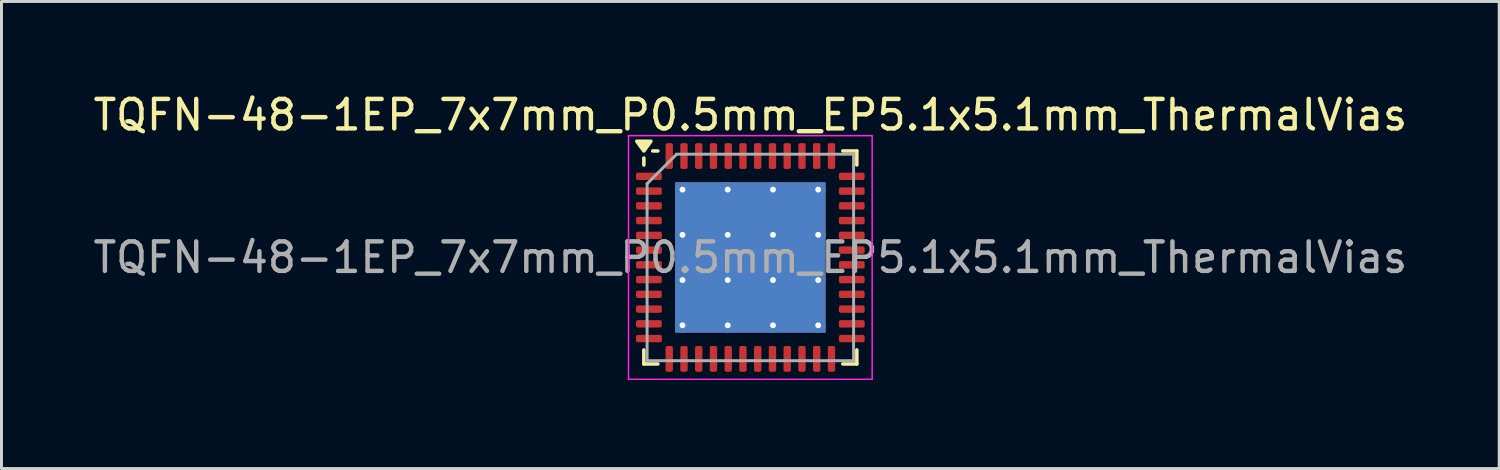
<source format=kicad_pcb>
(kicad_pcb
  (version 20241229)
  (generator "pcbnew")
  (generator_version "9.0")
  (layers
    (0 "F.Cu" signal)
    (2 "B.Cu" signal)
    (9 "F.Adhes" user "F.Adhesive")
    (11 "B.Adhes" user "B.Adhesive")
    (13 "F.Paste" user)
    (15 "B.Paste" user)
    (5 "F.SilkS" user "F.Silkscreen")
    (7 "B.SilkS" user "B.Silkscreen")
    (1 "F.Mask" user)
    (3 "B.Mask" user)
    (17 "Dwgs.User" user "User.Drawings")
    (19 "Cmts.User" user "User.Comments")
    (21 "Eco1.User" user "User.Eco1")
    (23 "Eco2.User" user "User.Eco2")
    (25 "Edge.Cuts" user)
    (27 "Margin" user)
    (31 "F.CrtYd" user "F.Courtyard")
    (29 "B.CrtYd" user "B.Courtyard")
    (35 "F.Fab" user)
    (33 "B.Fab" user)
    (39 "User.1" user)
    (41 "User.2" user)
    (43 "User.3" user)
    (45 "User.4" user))
  (footprint "TQFN-48-1EP_7x7mm_P0.5mm_EP5.1x5.1mm_ThermalVias"
    (layer "F.Cu")
    (at 22.387 5.678)
    (property "Reference" "TQFN-48-1EP_7x7mm_P0.5mm_EP5.1x5.1mm_ThermalVias" (at 0 -4.83 0) (layer "F.SilkS") (effects (font (size 1 1) (thickness 0.15))))
    (attr smd)
    (fp_line (start -3.61 -3.135) (end -3.61 -3.37) (stroke (width 0.12) (type solid)) (layer "F.SilkS"))
    (fp_line (start -3.61 3.61) (end -3.61 3.135) (stroke (width 0.12) (type solid)) (layer "F.SilkS"))
    (fp_line (start -3.135 -3.61) (end -3.31 -3.61) (stroke (width 0.12) (type solid)) (layer "F.SilkS"))
    (fp_line (start -3.135 3.61) (end -3.61 3.61) (stroke (width 0.12) (type solid)) (layer "F.SilkS"))
    (fp_line (start 3.135 -3.61) (end 3.61 -3.61) (stroke (width 0.12) (type solid)) (layer "F.SilkS"))
    (fp_line (start 3.135 3.61) (end 3.61 3.61) (stroke (width 0.12) (type solid)) (layer "F.SilkS"))
    (fp_line (start 3.61 -3.61) (end 3.61 -3.135) (stroke (width 0.12) (type solid)) (layer "F.SilkS"))
    (fp_line (start 3.61 3.61) (end 3.61 3.135) (stroke (width 0.12) (type solid)) (layer "F.SilkS"))
    (fp_poly (pts (xy -3.61 -3.61) (xy -3.85 -3.94) (xy -3.37 -3.94) (xy -3.61 -3.61)) (stroke (width 0.12) (type solid)) (fill yes) (layer "F.SilkS"))
    (fp_line (start -4.13 -4.13) (end -4.13 4.13) (stroke (width 0.05) (type solid)) (layer "F.CrtYd"))
    (fp_line (start -4.13 4.13) (end 4.13 4.13) (stroke (width 0.05) (type solid)) (layer "F.CrtYd"))
    (fp_line (start 4.13 -4.13) (end -4.13 -4.13) (stroke (width 0.05) (type solid)) (layer "F.CrtYd"))
    (fp_line (start 4.13 4.13) (end 4.13 -4.13) (stroke (width 0.05) (type solid)) (layer "F.CrtYd"))
    (fp_line (start -3.5 -2.5) (end -2.5 -3.5) (stroke (width 0.1) (type solid)) (layer "F.Fab"))
    (fp_line (start -3.5 3.5) (end -3.5 -2.5) (stroke (width 0.1) (type solid)) (layer "F.Fab"))
    (fp_line (start -2.5 -3.5) (end 3.5 -3.5) (stroke (width 0.1) (type solid)) (layer "F.Fab"))
    (fp_line (start 3.5 -3.5) (end 3.5 3.5) (stroke (width 0.1) (type solid)) (layer "F.Fab"))
    (fp_line (start 3.5 3.5) (end -3.5 3.5) (stroke (width 0.1) (type solid)) (layer "F.Fab"))
    (fp_text user "${REFERENCE}" (at 0 0 0) (layer "F.Fab") (effects (font (size 1 1) (thickness 0.15))))
    (pad "" smd roundrect (at -1.7 -1.7) (size 1.47 1.47) (layers "F.Paste") (roundrect_rratio 0.17))
    (pad "" smd roundrect (at -1.7 0) (size 1.47 1.47) (layers "F.Paste") (roundrect_rratio 0.17))
    (pad "" smd roundrect (at -1.7 1.7) (size 1.47 1.47) (layers "F.Paste") (roundrect_rratio 0.17))
    (pad "" smd roundrect (at 0 -1.7) (size 1.47 1.47) (layers "F.Paste") (roundrect_rratio 0.17))
    (pad "" smd roundrect (at 0 0) (size 1.47 1.47) (layers "F.Paste") (roundrect_rratio 0.17))
    (pad "" smd roundrect (at 0 1.7) (size 1.47 1.47) (layers "F.Paste") (roundrect_rratio 0.17))
    (pad "" smd roundrect (at 1.7 -1.7) (size 1.47 1.47) (layers "F.Paste") (roundrect_rratio 0.17))
    (pad "" smd roundrect (at 1.7 0) (size 1.47 1.47) (layers "F.Paste") (roundrect_rratio 0.17))
    (pad "" smd roundrect (at 1.7 1.7) (size 1.47 1.47) (layers "F.Paste") (roundrect_rratio 0.17))
    (pad "1" smd roundrect (at -3.438 -2.75) (size 0.875 0.25) (layers "F.Cu" "F.Mask" "F.Paste") (roundrect_rratio 0.25))
    (pad "2" smd roundrect (at -3.438 -2.25) (size 0.875 0.25) (layers "F.Cu" "F.Mask" "F.Paste") (roundrect_rratio 0.25))
    (pad "3" smd roundrect (at -3.438 -1.75) (size 0.875 0.25) (layers "F.Cu" "F.Mask" "F.Paste") (roundrect_rratio 0.25))
    (pad "4" smd roundrect (at -3.438 -1.25) (size 0.875 0.25) (layers "F.Cu" "F.Mask" "F.Paste") (roundrect_rratio 0.25))
    (pad "5" smd roundrect (at -3.438 -0.75) (size 0.875 0.25) (layers "F.Cu" "F.Mask" "F.Paste") (roundrect_rratio 0.25))
    (pad "6" smd roundrect (at -3.438 -0.25) (size 0.875 0.25) (layers "F.Cu" "F.Mask" "F.Paste") (roundrect_rratio 0.25))
    (pad "7" smd roundrect (at -3.438 0.25) (size 0.875 0.25) (layers "F.Cu" "F.Mask" "F.Paste") (roundrect_rratio 0.25))
    (pad "8" smd roundrect (at -3.438 0.75) (size 0.875 0.25) (layers "F.Cu" "F.Mask" "F.Paste") (roundrect_rratio 0.25))
    (pad "9" smd roundrect (at -3.438 1.25) (size 0.875 0.25) (layers "F.Cu" "F.Mask" "F.Paste") (roundrect_rratio 0.25))
    (pad "10" smd roundrect (at -3.438 1.75) (size 0.875 0.25) (layers "F.Cu" "F.Mask" "F.Paste") (roundrect_rratio 0.25))
    (pad "11" smd roundrect (at -3.438 2.25) (size 0.875 0.25) (layers "F.Cu" "F.Mask" "F.Paste") (roundrect_rratio 0.25))
    (pad "12" smd roundrect (at -3.438 2.75) (size 0.875 0.25) (layers "F.Cu" "F.Mask" "F.Paste") (roundrect_rratio 0.25))
    (pad "13" smd roundrect (at -2.75 3.438) (size 0.25 0.875) (layers "F.Cu" "F.Mask" "F.Paste") (roundrect_rratio 0.25))
    (pad "14" smd roundrect (at -2.25 3.438) (size 0.25 0.875) (layers "F.Cu" "F.Mask" "F.Paste") (roundrect_rratio 0.25))
    (pad "15" smd roundrect (at -1.75 3.438) (size 0.25 0.875) (layers "F.Cu" "F.Mask" "F.Paste") (roundrect_rratio 0.25))
    (pad "16" smd roundrect (at -1.25 3.438) (size 0.25 0.875) (layers "F.Cu" "F.Mask" "F.Paste") (roundrect_rratio 0.25))
    (pad "17" smd roundrect (at -0.75 3.438) (size 0.25 0.875) (layers "F.Cu" "F.Mask" "F.Paste") (roundrect_rratio 0.25))
    (pad "18" smd roundrect (at -0.25 3.438) (size 0.25 0.875) (layers "F.Cu" "F.Mask" "F.Paste") (roundrect_rratio 0.25))
    (pad "19" smd roundrect (at 0.25 3.438) (size 0.25 0.875) (layers "F.Cu" "F.Mask" "F.Paste") (roundrect_rratio 0.25))
    (pad "20" smd roundrect (at 0.75 3.438) (size 0.25 0.875) (layers "F.Cu" "F.Mask" "F.Paste") (roundrect_rratio 0.25))
    (pad "21" smd roundrect (at 1.25 3.438) (size 0.25 0.875) (layers "F.Cu" "F.Mask" "F.Paste") (roundrect_rratio 0.25))
    (pad "22" smd roundrect (at 1.75 3.438) (size 0.25 0.875) (layers "F.Cu" "F.Mask" "F.Paste") (roundrect_rratio 0.25))
    (pad "23" smd roundrect (at 2.25 3.438) (size 0.25 0.875) (layers "F.Cu" "F.Mask" "F.Paste") (roundrect_rratio 0.25))
    (pad "24" smd roundrect (at 2.75 3.438) (size 0.25 0.875) (layers "F.Cu" "F.Mask" "F.Paste") (roundrect_rratio 0.25))
    (pad "25" smd roundrect (at 3.438 2.75) (size 0.875 0.25) (layers "F.Cu" "F.Mask" "F.Paste") (roundrect_rratio 0.25))
    (pad "26" smd roundrect (at 3.438 2.25) (size 0.875 0.25) (layers "F.Cu" "F.Mask" "F.Paste") (roundrect_rratio 0.25))
    (pad "27" smd roundrect (at 3.438 1.75) (size 0.875 0.25) (layers "F.Cu" "F.Mask" "F.Paste") (roundrect_rratio 0.25))
    (pad "28" smd roundrect (at 3.438 1.25) (size 0.875 0.25) (layers "F.Cu" "F.Mask" "F.Paste") (roundrect_rratio 0.25))
    (pad "29" smd roundrect (at 3.438 0.75) (size 0.875 0.25) (layers "F.Cu" "F.Mask" "F.Paste") (roundrect_rratio 0.25))
    (pad "30" smd roundrect (at 3.438 0.25) (size 0.875 0.25) (layers "F.Cu" "F.Mask" "F.Paste") (roundrect_rratio 0.25))
    (pad "31" smd roundrect (at 3.438 -0.25) (size 0.875 0.25) (layers "F.Cu" "F.Mask" "F.Paste") (roundrect_rratio 0.25))
    (pad "32" smd roundrect (at 3.438 -0.75) (size 0.875 0.25) (layers "F.Cu" "F.Mask" "F.Paste") (roundrect_rratio 0.25))
    (pad "33" smd roundrect (at 3.438 -1.25) (size 0.875 0.25) (layers "F.Cu" "F.Mask" "F.Paste") (roundrect_rratio 0.25))
    (pad "34" smd roundrect (at 3.438 -1.75) (size 0.875 0.25) (layers "F.Cu" "F.Mask" "F.Paste") (roundrect_rratio 0.25))
    (pad "35" smd roundrect (at 3.438 -2.25) (size 0.875 0.25) (layers "F.Cu" "F.Mask" "F.Paste") (roundrect_rratio 0.25))
    (pad "36" smd roundrect (at 3.438 -2.75) (size 0.875 0.25) (layers "F.Cu" "F.Mask" "F.Paste") (roundrect_rratio 0.25))
    (pad "37" smd roundrect (at 2.75 -3.438) (size 0.25 0.875) (layers "F.Cu" "F.Mask" "F.Paste") (roundrect_rratio 0.25))
    (pad "38" smd roundrect (at 2.25 -3.438) (size 0.25 0.875) (layers "F.Cu" "F.Mask" "F.Paste") (roundrect_rratio 0.25))
    (pad "39" smd roundrect (at 1.75 -3.438) (size 0.25 0.875) (layers "F.Cu" "F.Mask" "F.Paste") (roundrect_rratio 0.25))
    (pad "40" smd roundrect (at 1.25 -3.438) (size 0.25 0.875) (layers "F.Cu" "F.Mask" "F.Paste") (roundrect_rratio 0.25))
    (pad "41" smd roundrect (at 0.75 -3.438) (size 0.25 0.875) (layers "F.Cu" "F.Mask" "F.Paste") (roundrect_rratio 0.25))
    (pad "42" smd roundrect (at 0.25 -3.438) (size 0.25 0.875) (layers "F.Cu" "F.Mask" "F.Paste") (roundrect_rratio 0.25))
    (pad "43" smd roundrect (at -0.25 -3.438) (size 0.25 0.875) (layers "F.Cu" "F.Mask" "F.Paste") (roundrect_rratio 0.25))
    (pad "44" smd roundrect (at -0.75 -3.438) (size 0.25 0.875) (layers "F.Cu" "F.Mask" "F.Paste") (roundrect_rratio 0.25))
    (pad "45" smd roundrect (at -1.25 -3.438) (size 0.25 0.875) (layers "F.Cu" "F.Mask" "F.Paste") (roundrect_rratio 0.25))
    (pad "46" smd roundrect (at -1.75 -3.438) (size 0.25 0.875) (layers "F.Cu" "F.Mask" "F.Paste") (roundrect_rratio 0.25))
    (pad "47" smd roundrect (at -2.25 -3.438) (size 0.25 0.875) (layers "F.Cu" "F.Mask" "F.Paste") (roundrect_rratio 0.25))
    (pad "48" smd roundrect (at -2.75 -3.438) (size 0.25 0.875) (layers "F.Cu" "F.Mask" "F.Paste") (roundrect_rratio 0.25))
    (pad "49" thru_hole circle (at -2.3 -2.3) (size 0.5 0.5) (drill 0.2) (property pad_prop_heatsink) (layers "*.Cu"))
    (pad "49" thru_hole circle (at -2.3 -0.767) (size 0.5 0.5) (drill 0.2) (property pad_prop_heatsink) (layers "*.Cu"))
    (pad "49" thru_hole circle (at -2.3 0.767) (size 0.5 0.5) (drill 0.2) (property pad_prop_heatsink) (layers "*.Cu"))
    (pad "49" thru_hole circle (at -2.3 2.3) (size 0.5 0.5) (drill 0.2) (property pad_prop_heatsink) (layers "*.Cu"))
    (pad "49" thru_hole circle (at -0.767 -2.3) (size 0.5 0.5) (drill 0.2) (property pad_prop_heatsink) (layers "*.Cu"))
    (pad "49" thru_hole circle (at -0.767 -0.767) (size 0.5 0.5) (drill 0.2) (property pad_prop_heatsink) (layers "*.Cu"))
    (pad "49" thru_hole circle (at -0.767 0.767) (size 0.5 0.5) (drill 0.2) (property pad_prop_heatsink) (layers "*.Cu"))
    (pad "49" thru_hole circle (at -0.767 2.3) (size 0.5 0.5) (drill 0.2) (property pad_prop_heatsink) (layers "*.Cu"))
    (pad "49" smd rect (at 0 0) (size 5.1 5.1) (property pad_prop_heatsink) (layers "F.Cu" "F.Mask"))
    (pad "49" smd rect (at 0 0) (size 5.1 5.1) (property pad_prop_heatsink) (layers "B.Cu"))
    (pad "49" thru_hole circle (at 0.767 -2.3) (size 0.5 0.5) (drill 0.2) (property pad_prop_heatsink) (layers "*.Cu"))
    (pad "49" thru_hole circle (at 0.767 -0.767) (size 0.5 0.5) (drill 0.2) (property pad_prop_heatsink) (layers "*.Cu"))
    (pad "49" thru_hole circle (at 0.767 0.767) (size 0.5 0.5) (drill 0.2) (property pad_prop_heatsink) (layers "*.Cu"))
    (pad "49" thru_hole circle (at 0.767 2.3) (size 0.5 0.5) (drill 0.2) (property pad_prop_heatsink) (layers "*.Cu"))
    (pad "49" thru_hole circle (at 2.3 -2.3) (size 0.5 0.5) (drill 0.2) (property pad_prop_heatsink) (layers "*.Cu"))
    (pad "49" thru_hole circle (at 2.3 -0.767) (size 0.5 0.5) (drill 0.2) (property pad_prop_heatsink) (layers "*.Cu"))
    (pad "49" thru_hole circle (at 2.3 0.767) (size 0.5 0.5) (drill 0.2) (property pad_prop_heatsink) (layers "*.Cu"))
    (pad "49" thru_hole circle (at 2.3 2.3) (size 0.5 0.5) (drill 0.2) (property pad_prop_heatsink) (layers "*.Cu")))
  (gr_rect
    (start -3 -3)
    (end 47.774 12.833)
    (stroke (width 0.1) (type default))
    (fill no)
    (layer "Edge.Cuts")))
</source>
